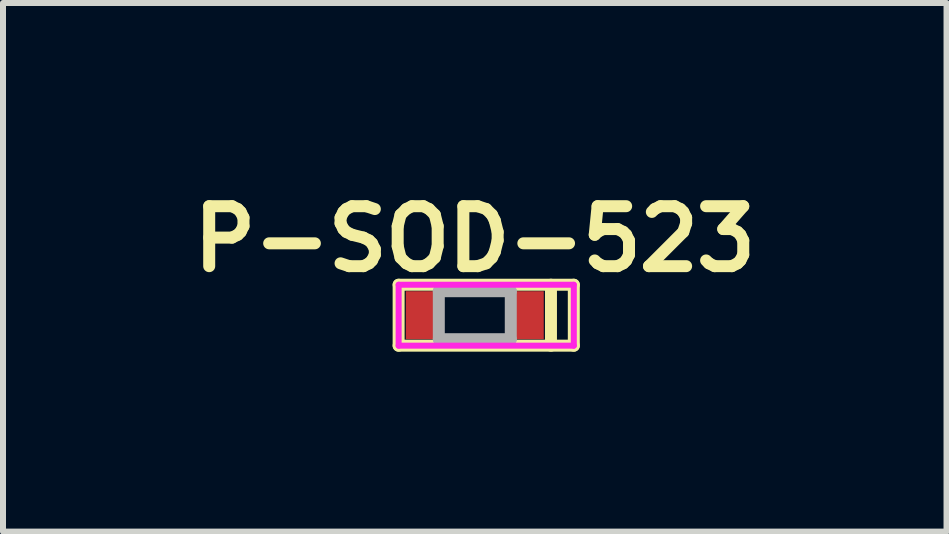
<source format=kicad_pcb>
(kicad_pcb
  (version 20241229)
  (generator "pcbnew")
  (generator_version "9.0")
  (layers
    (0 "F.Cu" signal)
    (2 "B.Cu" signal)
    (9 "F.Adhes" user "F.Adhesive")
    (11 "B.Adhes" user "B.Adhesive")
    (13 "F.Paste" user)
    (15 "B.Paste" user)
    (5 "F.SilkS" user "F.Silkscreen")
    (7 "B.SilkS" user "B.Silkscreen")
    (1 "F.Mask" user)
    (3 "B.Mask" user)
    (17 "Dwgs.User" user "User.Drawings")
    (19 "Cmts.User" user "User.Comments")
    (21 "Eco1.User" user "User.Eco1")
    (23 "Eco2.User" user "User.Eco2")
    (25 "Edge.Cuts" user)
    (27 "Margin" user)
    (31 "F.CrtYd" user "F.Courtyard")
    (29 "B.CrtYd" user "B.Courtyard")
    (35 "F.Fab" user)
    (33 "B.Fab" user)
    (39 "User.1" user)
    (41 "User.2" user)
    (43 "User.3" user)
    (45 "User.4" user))
  (footprint "P-SOD-523"
    (layer "F.Cu")
    (at 4.867 2.206)
    (property "Reference" "P-SOD-523" (at 0 -1.27 0) (layer "F.SilkS") (effects (font (size 1 1) (thickness 0.2))))
    (attr through_hole)
    (fp_line (start -1.27 -0.508) (end -1.27 0.508) (stroke (width 0.2) (type solid)) (layer "F.SilkS"))
    (fp_line (start -1.27 -0.508) (end 1.651 -0.508) (stroke (width 0.2) (type solid)) (layer "F.SilkS"))
    (fp_line (start -1.27 0.508) (end 1.651 0.508) (stroke (width 0.2) (type solid)) (layer "F.SilkS"))
    (fp_line (start 1.27 -0.508) (end 1.27 0.508) (stroke (width 0.2) (type solid)) (layer "F.SilkS"))
    (fp_line (start 1.651 -0.508) (end 1.651 0.508) (stroke (width 0.2) (type solid)) (layer "F.SilkS"))
    (fp_line (start -1.27 -0.508) (end -1.27 0.508) (stroke (width 0.1) (type solid)) (layer "F.CrtYd"))
    (fp_line (start -1.27 -0.508) (end 1.651 -0.508) (stroke (width 0.1) (type solid)) (layer "F.CrtYd"))
    (fp_line (start -1.27 0.508) (end 1.651 0.508) (stroke (width 0.1) (type solid)) (layer "F.CrtYd"))
    (fp_line (start 1.651 -0.508) (end 1.651 0.508) (stroke (width 0.1) (type solid)) (layer "F.CrtYd"))
    (fp_line (start -0.6 -0.4) (end -0.6 0.4) (stroke (width 0.2) (type solid)) (layer "F.Fab"))
    (fp_line (start -0.6 -0.4) (end 0.6 -0.4) (stroke (width 0.2) (type solid)) (layer "F.Fab"))
    (fp_line (start -0.6 0.4) (end 0.6 0.4) (stroke (width 0.2) (type solid)) (layer "F.Fab"))
    (fp_line (start 0.6 -0.4) (end 0.6 0.4) (stroke (width 0.2) (type solid)) (layer "F.Fab"))
    (pad "A" smd rect (at -0.85 0) (size 0.6 0.8) (layers "F.Cu" "F.Mask"))
    (pad "C" smd rect (at 0.85 0) (size 0.6 0.8) (layers "F.Cu" "F.Mask")))
  (gr_rect
    (start -3 -3)
    (end 12.733 5.814)
    (stroke (width 0.1) (type default))
    (fill no)
    (layer "Edge.Cuts")))
</source>
